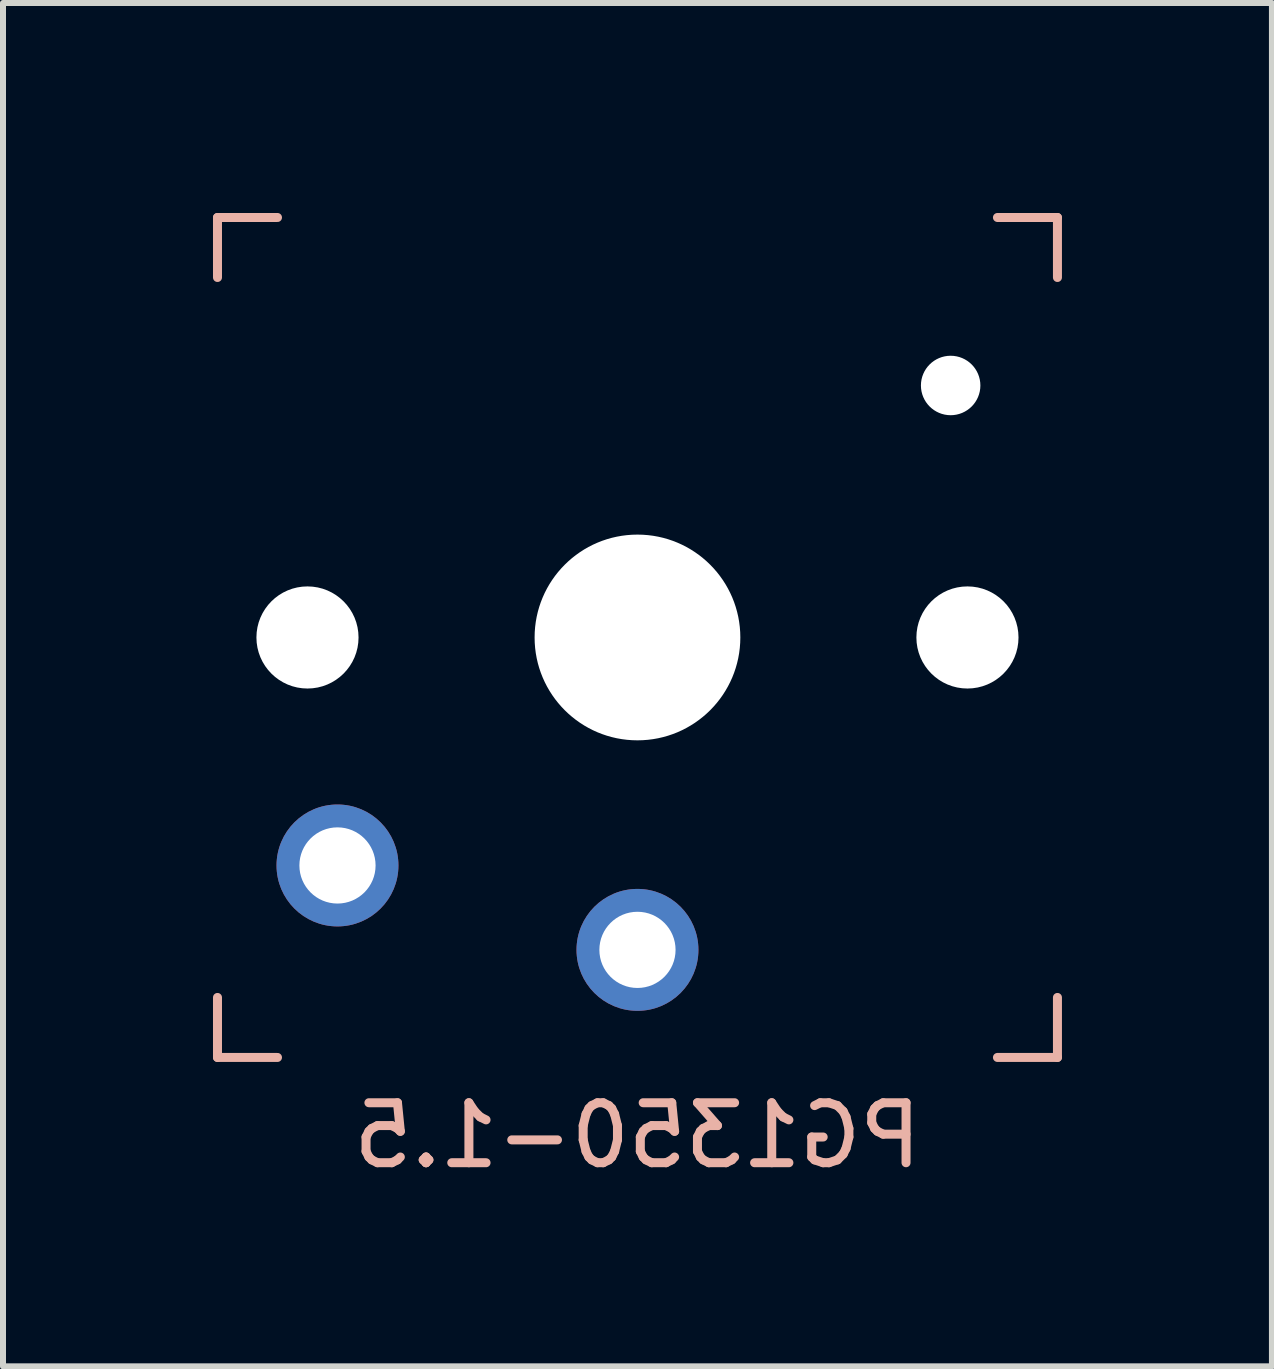
<source format=kicad_pcb>
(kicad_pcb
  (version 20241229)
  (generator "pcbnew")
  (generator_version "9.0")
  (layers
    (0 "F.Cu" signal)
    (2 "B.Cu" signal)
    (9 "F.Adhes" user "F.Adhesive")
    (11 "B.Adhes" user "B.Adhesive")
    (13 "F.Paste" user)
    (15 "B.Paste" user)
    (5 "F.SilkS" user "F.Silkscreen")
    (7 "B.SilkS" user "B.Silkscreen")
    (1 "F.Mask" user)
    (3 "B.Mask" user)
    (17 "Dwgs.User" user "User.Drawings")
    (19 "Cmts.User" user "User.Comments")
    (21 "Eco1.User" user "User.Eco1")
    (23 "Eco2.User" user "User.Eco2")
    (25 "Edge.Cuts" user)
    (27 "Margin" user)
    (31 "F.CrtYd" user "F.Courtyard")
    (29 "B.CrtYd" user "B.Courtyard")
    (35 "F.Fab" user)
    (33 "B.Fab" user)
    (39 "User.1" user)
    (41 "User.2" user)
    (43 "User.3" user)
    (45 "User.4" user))
  (footprint "PG1350-1.5"
    (layer "F.Cu")
    (at 7.575 7.575)
    (property "Reference" "PG1350-1.5" (at 0 8.3 0) (layer "B.SilkS") (effects (font (size 1 1) (thickness 0.15)) (justify mirror)))
    (attr through_hole)
    (fp_line (start -7 -7) (end -6 -7) (stroke (width 0.15) (type solid)) (layer "B.SilkS"))
    (fp_line (start -7 -6) (end -7 -7) (stroke (width 0.15) (type solid)) (layer "B.SilkS"))
    (fp_line (start -7 7) (end -7 6) (stroke (width 0.15) (type solid)) (layer "B.SilkS"))
    (fp_line (start -6 7) (end -7 7) (stroke (width 0.15) (type solid)) (layer "B.SilkS"))
    (fp_line (start 6 -7) (end 7 -7) (stroke (width 0.15) (type solid)) (layer "B.SilkS"))
    (fp_line (start 7 -7) (end 7 -6) (stroke (width 0.15) (type solid)) (layer "B.SilkS"))
    (fp_line (start 7 6) (end 7 7) (stroke (width 0.15) (type solid)) (layer "B.SilkS"))
    (fp_line (start 7 7) (end 6 7) (stroke (width 0.15) (type solid)) (layer "B.SilkS"))
    (fp_line (start -7.5 -7.5) (end 7.5 -7.5) (stroke (width 0.15) (type solid)) (layer "Eco2.User"))
    (fp_line (start -7.5 7.5) (end -7.5 -7.5) (stroke (width 0.15) (type solid)) (layer "Eco2.User"))
    (fp_line (start -6.9 6.9) (end -6.9 -6.9) (stroke (width 0.15) (type solid)) (layer "Eco2.User"))
    (fp_line (start -6.9 6.9) (end 6.9 6.9) (stroke (width 0.15) (type solid)) (layer "Eco2.User"))
    (fp_line (start -2.6 -3.1) (end -2.6 -6.3) (stroke (width 0.15) (type solid)) (layer "Eco2.User"))
    (fp_line (start -2.6 -3.1) (end 2.6 -3.1) (stroke (width 0.15) (type solid)) (layer "Eco2.User"))
    (fp_line (start 2.6 -6.3) (end -2.6 -6.3) (stroke (width 0.15) (type solid)) (layer "Eco2.User"))
    (fp_line (start 2.6 -3.1) (end 2.6 -6.3) (stroke (width 0.15) (type solid)) (layer "Eco2.User"))
    (fp_line (start 6.9 -6.9) (end -6.9 -6.9) (stroke (width 0.15) (type solid)) (layer "Eco2.User"))
    (fp_line (start 6.9 -6.9) (end 6.9 6.9) (stroke (width 0.15) (type solid)) (layer "Eco2.User"))
    (fp_line (start 7.5 -7.5) (end 7.5 7.5) (stroke (width 0.15) (type solid)) (layer "Eco2.User"))
    (fp_line (start 7.5 7.5) (end -7.5 7.5) (stroke (width 0.15) (type solid)) (layer "Eco2.User"))
    (pad "" np_thru_hole circle (at -5.5 0) (size 1.702 1.702) (drill 1.702) (layers "*.Cu" "*.Mask"))
    (pad "" np_thru_hole circle (at 0 0) (size 3.429 3.429) (drill 3.429) (layers "*.Cu" "*.Mask"))
    (pad "" np_thru_hole circle (at 5.22 -4.2) (size 0.991 0.991) (drill 0.991) (layers "*.Cu" "*.Mask"))
    (pad "" np_thru_hole circle (at 5.5 0) (size 1.702 1.702) (drill 1.702) (layers "*.Cu" "*.Mask"))
    (pad "1" thru_hole circle (at 0 5.207) (size 2.032 2.032) (drill 1.27) (layers "*.Cu" "*.Mask"))
    (pad "2" thru_hole circle (at -5 3.8) (size 2.032 2.032) (drill 1.27) (layers "*.Cu" "*.Mask")))
  (gr_rect
    (start -3 -3)
    (end 18.15 19.723)
    (stroke (width 0.1) (type default))
    (fill no)
    (layer "Edge.Cuts")))
</source>
